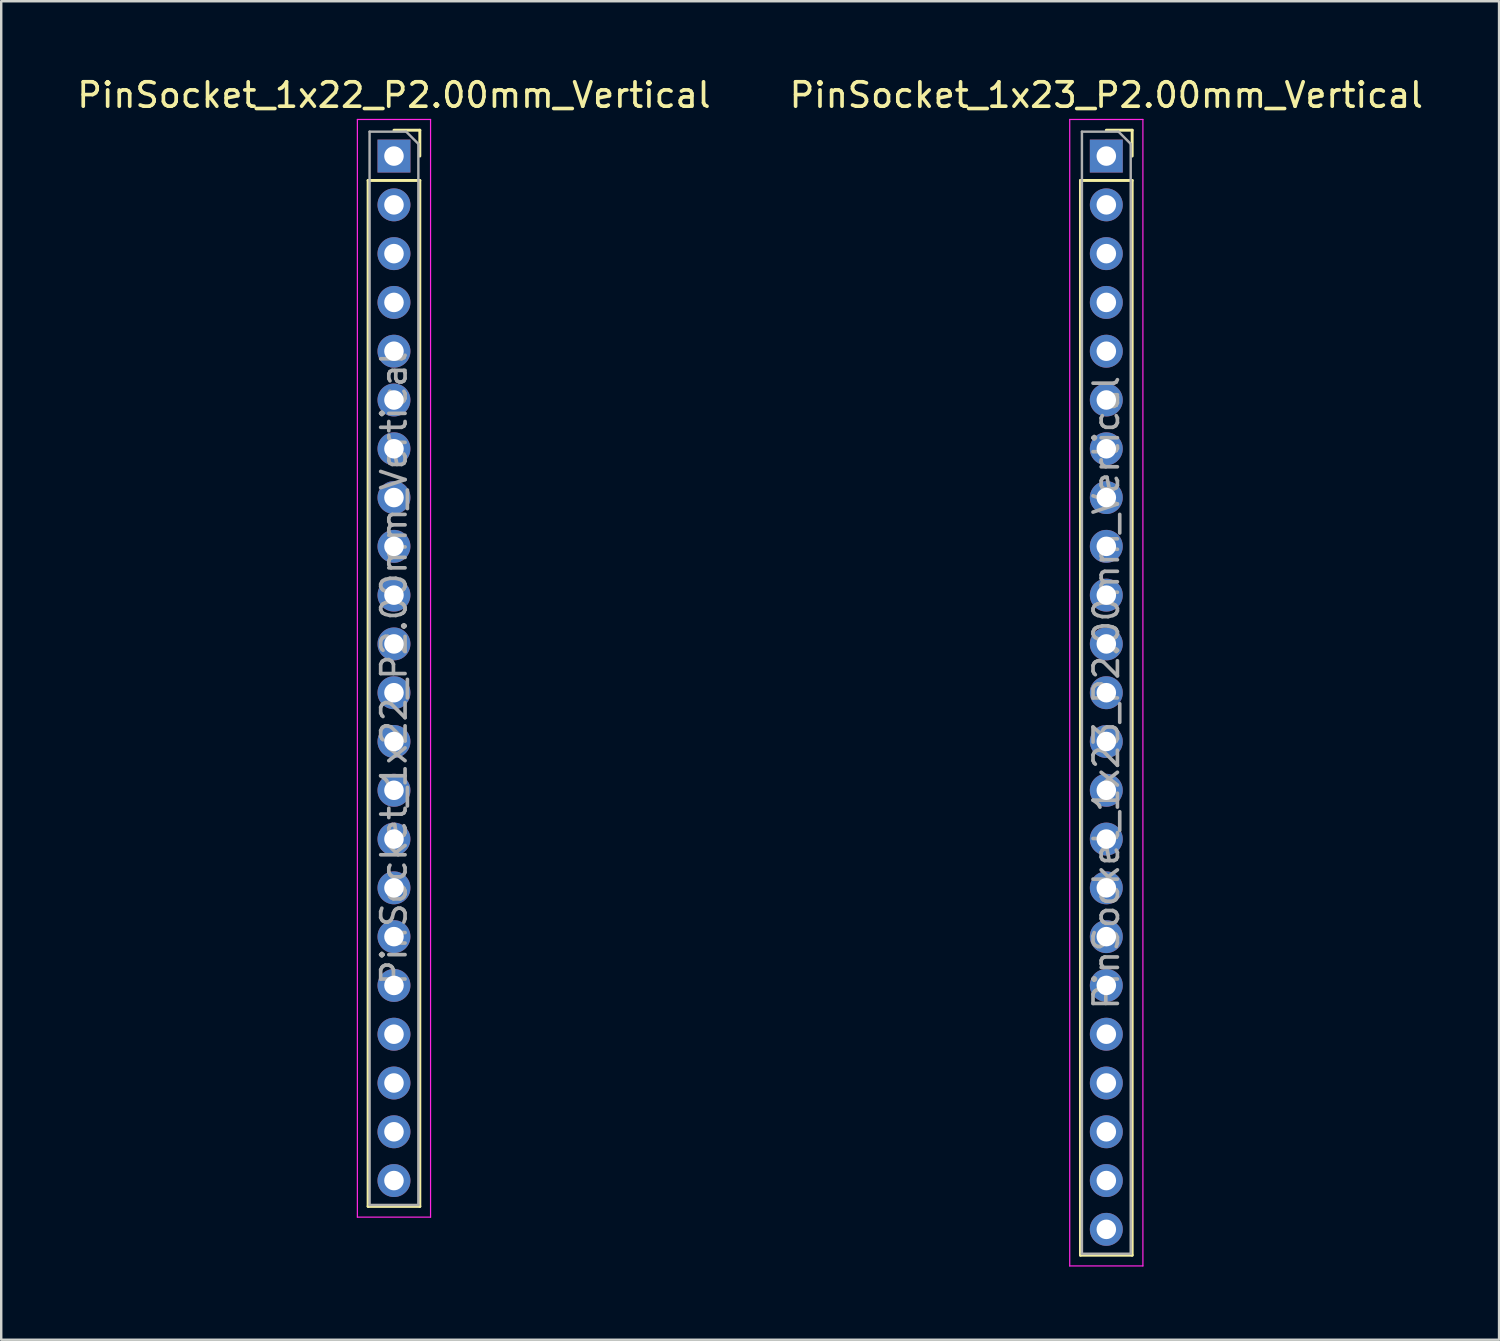
<source format=kicad_pcb>
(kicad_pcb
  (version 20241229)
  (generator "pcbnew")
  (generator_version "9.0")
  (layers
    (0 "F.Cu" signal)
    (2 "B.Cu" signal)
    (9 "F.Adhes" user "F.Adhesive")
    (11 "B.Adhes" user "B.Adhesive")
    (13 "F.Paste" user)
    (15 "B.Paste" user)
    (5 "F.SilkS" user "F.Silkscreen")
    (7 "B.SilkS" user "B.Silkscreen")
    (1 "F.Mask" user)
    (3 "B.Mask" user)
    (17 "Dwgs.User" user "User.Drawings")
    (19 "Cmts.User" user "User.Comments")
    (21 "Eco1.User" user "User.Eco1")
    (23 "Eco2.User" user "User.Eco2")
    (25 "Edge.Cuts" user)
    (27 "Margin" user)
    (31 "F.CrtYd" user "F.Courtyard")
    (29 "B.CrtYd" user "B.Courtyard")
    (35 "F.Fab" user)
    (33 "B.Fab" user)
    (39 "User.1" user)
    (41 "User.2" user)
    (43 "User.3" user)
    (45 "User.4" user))
  (footprint "PinSocket_1x22_P2.00mm_Vertical"
    (layer "F.Cu")
    (at 13.101 3.348)
    (property "Reference" "PinSocket_1x22_P2.00mm_Vertical" (at 0 -2.5 0) (layer "F.SilkS") (effects (font (size 1 1) (thickness 0.15))))
    (attr through_hole)
    (fp_line (start -1.06 1) (end -1.06 43.06) (stroke (width 0.12) (type solid)) (layer "F.SilkS"))
    (fp_line (start -1.06 1) (end 1.06 1) (stroke (width 0.12) (type solid)) (layer "F.SilkS"))
    (fp_line (start -1.06 43.06) (end 1.06 43.06) (stroke (width 0.12) (type solid)) (layer "F.SilkS"))
    (fp_line (start 0 -1.06) (end 1.06 -1.06) (stroke (width 0.12) (type solid)) (layer "F.SilkS"))
    (fp_line (start 1.06 -1.06) (end 1.06 0) (stroke (width 0.12) (type solid)) (layer "F.SilkS"))
    (fp_line (start 1.06 1) (end 1.06 43.06) (stroke (width 0.12) (type solid)) (layer "F.SilkS"))
    (fp_line (start -1.5 -1.5) (end 1.5 -1.5) (stroke (width 0.05) (type solid)) (layer "F.CrtYd"))
    (fp_line (start -1.5 43.5) (end -1.5 -1.5) (stroke (width 0.05) (type solid)) (layer "F.CrtYd"))
    (fp_line (start 1.5 -1.5) (end 1.5 43.5) (stroke (width 0.05) (type solid)) (layer "F.CrtYd"))
    (fp_line (start 1.5 43.5) (end -1.5 43.5) (stroke (width 0.05) (type solid)) (layer "F.CrtYd"))
    (fp_line (start -1 -1) (end 0.5 -1) (stroke (width 0.1) (type solid)) (layer "F.Fab"))
    (fp_line (start -1 43) (end -1 -1) (stroke (width 0.1) (type solid)) (layer "F.Fab"))
    (fp_line (start 0.5 -1) (end 1 -0.5) (stroke (width 0.1) (type solid)) (layer "F.Fab"))
    (fp_line (start 1 -0.5) (end 1 43) (stroke (width 0.1) (type solid)) (layer "F.Fab"))
    (fp_line (start 1 43) (end -1 43) (stroke (width 0.1) (type solid)) (layer "F.Fab"))
    (fp_text user "${REFERENCE}" (at 0 21 90) (layer "F.Fab") (effects (font (size 1 1) (thickness 0.15))))
    (pad "1" thru_hole rect (at 0 0) (size 1.35 1.35) (drill 0.8) (layers "*.Cu" "*.Mask"))
    (pad "2" thru_hole oval (at 0 2) (size 1.35 1.35) (drill 0.8) (layers "*.Cu" "*.Mask"))
    (pad "3" thru_hole oval (at 0 4) (size 1.35 1.35) (drill 0.8) (layers "*.Cu" "*.Mask"))
    (pad "4" thru_hole oval (at 0 6) (size 1.35 1.35) (drill 0.8) (layers "*.Cu" "*.Mask"))
    (pad "5" thru_hole oval (at 0 8) (size 1.35 1.35) (drill 0.8) (layers "*.Cu" "*.Mask"))
    (pad "6" thru_hole oval (at 0 10) (size 1.35 1.35) (drill 0.8) (layers "*.Cu" "*.Mask"))
    (pad "7" thru_hole oval (at 0 12) (size 1.35 1.35) (drill 0.8) (layers "*.Cu" "*.Mask"))
    (pad "8" thru_hole oval (at 0 14) (size 1.35 1.35) (drill 0.8) (layers "*.Cu" "*.Mask"))
    (pad "9" thru_hole oval (at 0 16) (size 1.35 1.35) (drill 0.8) (layers "*.Cu" "*.Mask"))
    (pad "10" thru_hole oval (at 0 18) (size 1.35 1.35) (drill 0.8) (layers "*.Cu" "*.Mask"))
    (pad "11" thru_hole oval (at 0 20) (size 1.35 1.35) (drill 0.8) (layers "*.Cu" "*.Mask"))
    (pad "12" thru_hole oval (at 0 22) (size 1.35 1.35) (drill 0.8) (layers "*.Cu" "*.Mask"))
    (pad "13" thru_hole oval (at 0 24) (size 1.35 1.35) (drill 0.8) (layers "*.Cu" "*.Mask"))
    (pad "14" thru_hole oval (at 0 26) (size 1.35 1.35) (drill 0.8) (layers "*.Cu" "*.Mask"))
    (pad "15" thru_hole oval (at 0 28) (size 1.35 1.35) (drill 0.8) (layers "*.Cu" "*.Mask"))
    (pad "16" thru_hole oval (at 0 30) (size 1.35 1.35) (drill 0.8) (layers "*.Cu" "*.Mask"))
    (pad "17" thru_hole oval (at 0 32) (size 1.35 1.35) (drill 0.8) (layers "*.Cu" "*.Mask"))
    (pad "18" thru_hole oval (at 0 34) (size 1.35 1.35) (drill 0.8) (layers "*.Cu" "*.Mask"))
    (pad "19" thru_hole oval (at 0 36) (size 1.35 1.35) (drill 0.8) (layers "*.Cu" "*.Mask"))
    (pad "20" thru_hole oval (at 0 38) (size 1.35 1.35) (drill 0.8) (layers "*.Cu" "*.Mask"))
    (pad "21" thru_hole oval (at 0 40) (size 1.35 1.35) (drill 0.8) (layers "*.Cu" "*.Mask"))
    (pad "22" thru_hole oval (at 0 42) (size 1.35 1.35) (drill 0.8) (layers "*.Cu" "*.Mask")))
  (footprint "PinSocket_1x23_P2.00mm_Vertical"
    (layer "F.Cu")
    (at 42.304 3.348)
    (property "Reference" "PinSocket_1x23_P2.00mm_Vertical" (at 0 -2.5 0) (layer "F.SilkS") (effects (font (size 1 1) (thickness 0.15))))
    (attr through_hole)
    (fp_line (start -1.06 1) (end -1.06 45.06) (stroke (width 0.12) (type solid)) (layer "F.SilkS"))
    (fp_line (start -1.06 1) (end 1.06 1) (stroke (width 0.12) (type solid)) (layer "F.SilkS"))
    (fp_line (start -1.06 45.06) (end 1.06 45.06) (stroke (width 0.12) (type solid)) (layer "F.SilkS"))
    (fp_line (start 0 -1.06) (end 1.06 -1.06) (stroke (width 0.12) (type solid)) (layer "F.SilkS"))
    (fp_line (start 1.06 -1.06) (end 1.06 0) (stroke (width 0.12) (type solid)) (layer "F.SilkS"))
    (fp_line (start 1.06 1) (end 1.06 45.06) (stroke (width 0.12) (type solid)) (layer "F.SilkS"))
    (fp_line (start -1.5 -1.5) (end 1.5 -1.5) (stroke (width 0.05) (type solid)) (layer "F.CrtYd"))
    (fp_line (start -1.5 45.5) (end -1.5 -1.5) (stroke (width 0.05) (type solid)) (layer "F.CrtYd"))
    (fp_line (start 1.5 -1.5) (end 1.5 45.5) (stroke (width 0.05) (type solid)) (layer "F.CrtYd"))
    (fp_line (start 1.5 45.5) (end -1.5 45.5) (stroke (width 0.05) (type solid)) (layer "F.CrtYd"))
    (fp_line (start -1 -1) (end 0.5 -1) (stroke (width 0.1) (type solid)) (layer "F.Fab"))
    (fp_line (start -1 45) (end -1 -1) (stroke (width 0.1) (type solid)) (layer "F.Fab"))
    (fp_line (start 0.5 -1) (end 1 -0.5) (stroke (width 0.1) (type solid)) (layer "F.Fab"))
    (fp_line (start 1 -0.5) (end 1 45) (stroke (width 0.1) (type solid)) (layer "F.Fab"))
    (fp_line (start 1 45) (end -1 45) (stroke (width 0.1) (type solid)) (layer "F.Fab"))
    (fp_text user "${REFERENCE}" (at 0 22 90) (layer "F.Fab") (effects (font (size 1 1) (thickness 0.15))))
    (pad "1" thru_hole rect (at 0 0) (size 1.35 1.35) (drill 0.8) (layers "*.Cu" "*.Mask"))
    (pad "2" thru_hole oval (at 0 2) (size 1.35 1.35) (drill 0.8) (layers "*.Cu" "*.Mask"))
    (pad "3" thru_hole oval (at 0 4) (size 1.35 1.35) (drill 0.8) (layers "*.Cu" "*.Mask"))
    (pad "4" thru_hole oval (at 0 6) (size 1.35 1.35) (drill 0.8) (layers "*.Cu" "*.Mask"))
    (pad "5" thru_hole oval (at 0 8) (size 1.35 1.35) (drill 0.8) (layers "*.Cu" "*.Mask"))
    (pad "6" thru_hole oval (at 0 10) (size 1.35 1.35) (drill 0.8) (layers "*.Cu" "*.Mask"))
    (pad "7" thru_hole oval (at 0 12) (size 1.35 1.35) (drill 0.8) (layers "*.Cu" "*.Mask"))
    (pad "8" thru_hole oval (at 0 14) (size 1.35 1.35) (drill 0.8) (layers "*.Cu" "*.Mask"))
    (pad "9" thru_hole oval (at 0 16) (size 1.35 1.35) (drill 0.8) (layers "*.Cu" "*.Mask"))
    (pad "10" thru_hole oval (at 0 18) (size 1.35 1.35) (drill 0.8) (layers "*.Cu" "*.Mask"))
    (pad "11" thru_hole oval (at 0 20) (size 1.35 1.35) (drill 0.8) (layers "*.Cu" "*.Mask"))
    (pad "12" thru_hole oval (at 0 22) (size 1.35 1.35) (drill 0.8) (layers "*.Cu" "*.Mask"))
    (pad "13" thru_hole oval (at 0 24) (size 1.35 1.35) (drill 0.8) (layers "*.Cu" "*.Mask"))
    (pad "14" thru_hole oval (at 0 26) (size 1.35 1.35) (drill 0.8) (layers "*.Cu" "*.Mask"))
    (pad "15" thru_hole oval (at 0 28) (size 1.35 1.35) (drill 0.8) (layers "*.Cu" "*.Mask"))
    (pad "16" thru_hole oval (at 0 30) (size 1.35 1.35) (drill 0.8) (layers "*.Cu" "*.Mask"))
    (pad "17" thru_hole oval (at 0 32) (size 1.35 1.35) (drill 0.8) (layers "*.Cu" "*.Mask"))
    (pad "18" thru_hole oval (at 0 34) (size 1.35 1.35) (drill 0.8) (layers "*.Cu" "*.Mask"))
    (pad "19" thru_hole oval (at 0 36) (size 1.35 1.35) (drill 0.8) (layers "*.Cu" "*.Mask"))
    (pad "20" thru_hole oval (at 0 38) (size 1.35 1.35) (drill 0.8) (layers "*.Cu" "*.Mask"))
    (pad "21" thru_hole oval (at 0 40) (size 1.35 1.35) (drill 0.8) (layers "*.Cu" "*.Mask"))
    (pad "22" thru_hole oval (at 0 42) (size 1.35 1.35) (drill 0.8) (layers "*.Cu" "*.Mask"))
    (pad "23" thru_hole oval (at 0 44) (size 1.35 1.35) (drill 0.8) (layers "*.Cu" "*.Mask")))
  (gr_rect
    (start -3 -3)
    (end 58.405 51.873)
    (stroke (width 0.1) (type default))
    (fill no)
    (layer "Edge.Cuts")))
</source>
